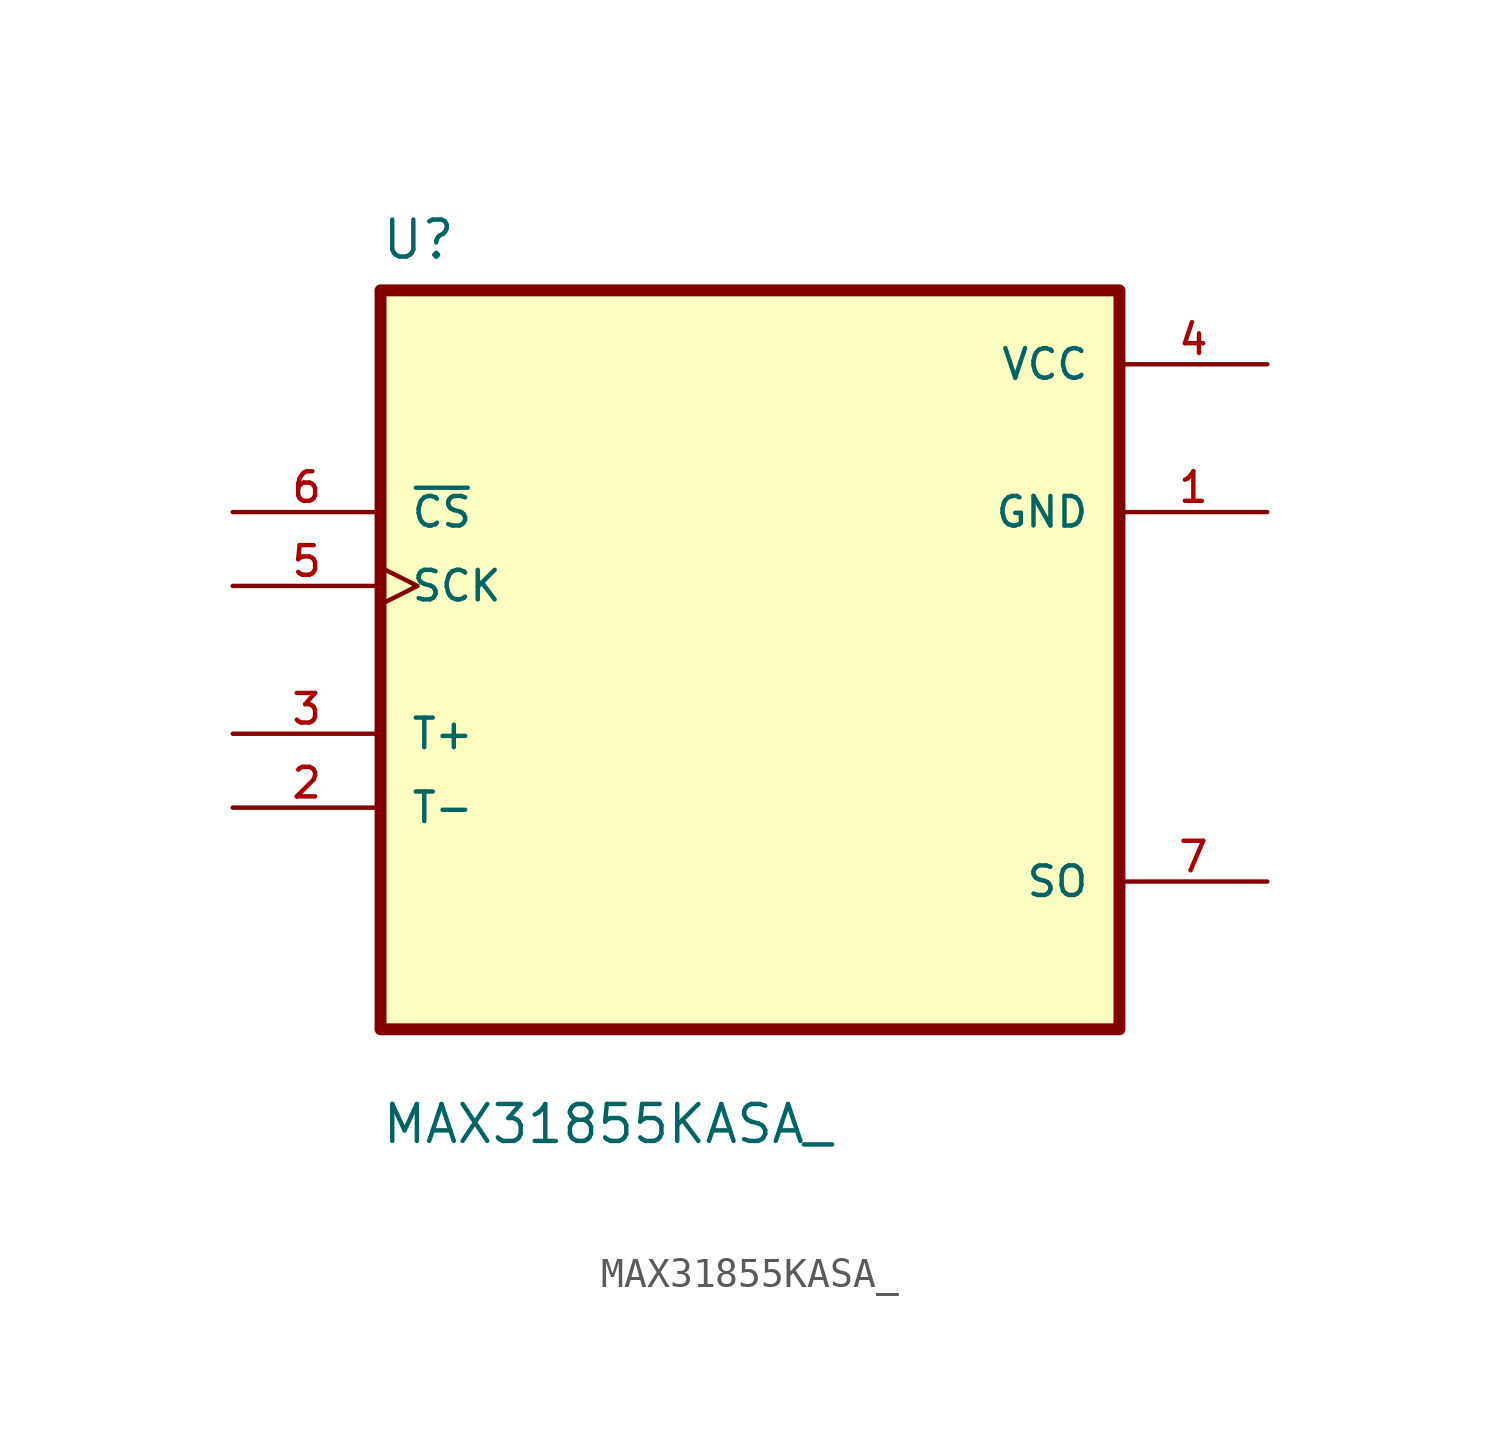
<source format=kicad_sym>
(kicad_symbol_lib
  (version 20241209)
  (generator "kicad_symbol_editor")
  (generator_version "9.0")
  (symbol "MAX31855KASA_"
    (pin_names
      (offset 1.016))
    (property "Reference" "U"
      (at -12.7 13.7 0)
      (effects (font (size 1.27 1.27)) (justify left bottom)))
    (property "Value" "MAX31855KASA_"
      (at -12.7 -16.7 0)
      (effects (font (size 1.27 1.27)) (justify left bottom)))
    (symbol "MAX31855KASA__0_0"
      (rectangle (start -12.7 -12.7) (end 12.7 12.7) (stroke (width 0.41) (type default)) (fill (type background)))
      (pin input line (at -17.78 5.08 0) (length 5.08) (name "~{CS}" (effects (font (size 1.016 1.016)))) (number "6" (effects (font (size 1.016 1.016)))))
      (pin input clock (at -17.78 2.54 0) (length 5.08) (name "SCK" (effects (font (size 1.016 1.016)))) (number "5" (effects (font (size 1.016 1.016)))))
      (pin input line (at -17.78 -2.54 0) (length 5.08) (name "T+" (effects (font (size 1.016 1.016)))) (number "3" (effects (font (size 1.016 1.016)))))
      (pin input line (at -17.78 -5.08 0) (length 5.08) (name "T-" (effects (font (size 1.016 1.016)))) (number "2" (effects (font (size 1.016 1.016)))))
      (pin power_in line (at 17.78 10.16 180) (length 5.08) (name "VCC" (effects (font (size 1.016 1.016)))) (number "4" (effects (font (size 1.016 1.016)))))
      (pin power_in line (at 17.78 5.08 180) (length 5.08) (name "GND" (effects (font (size 1.016 1.016)))) (number "1" (effects (font (size 1.016 1.016)))))
      (pin output line (at 17.78 -7.62 180) (length 5.08) (name "SO" (effects (font (size 1.016 1.016)))) (number "7" (effects (font (size 1.016 1.016))))))))
</source>
